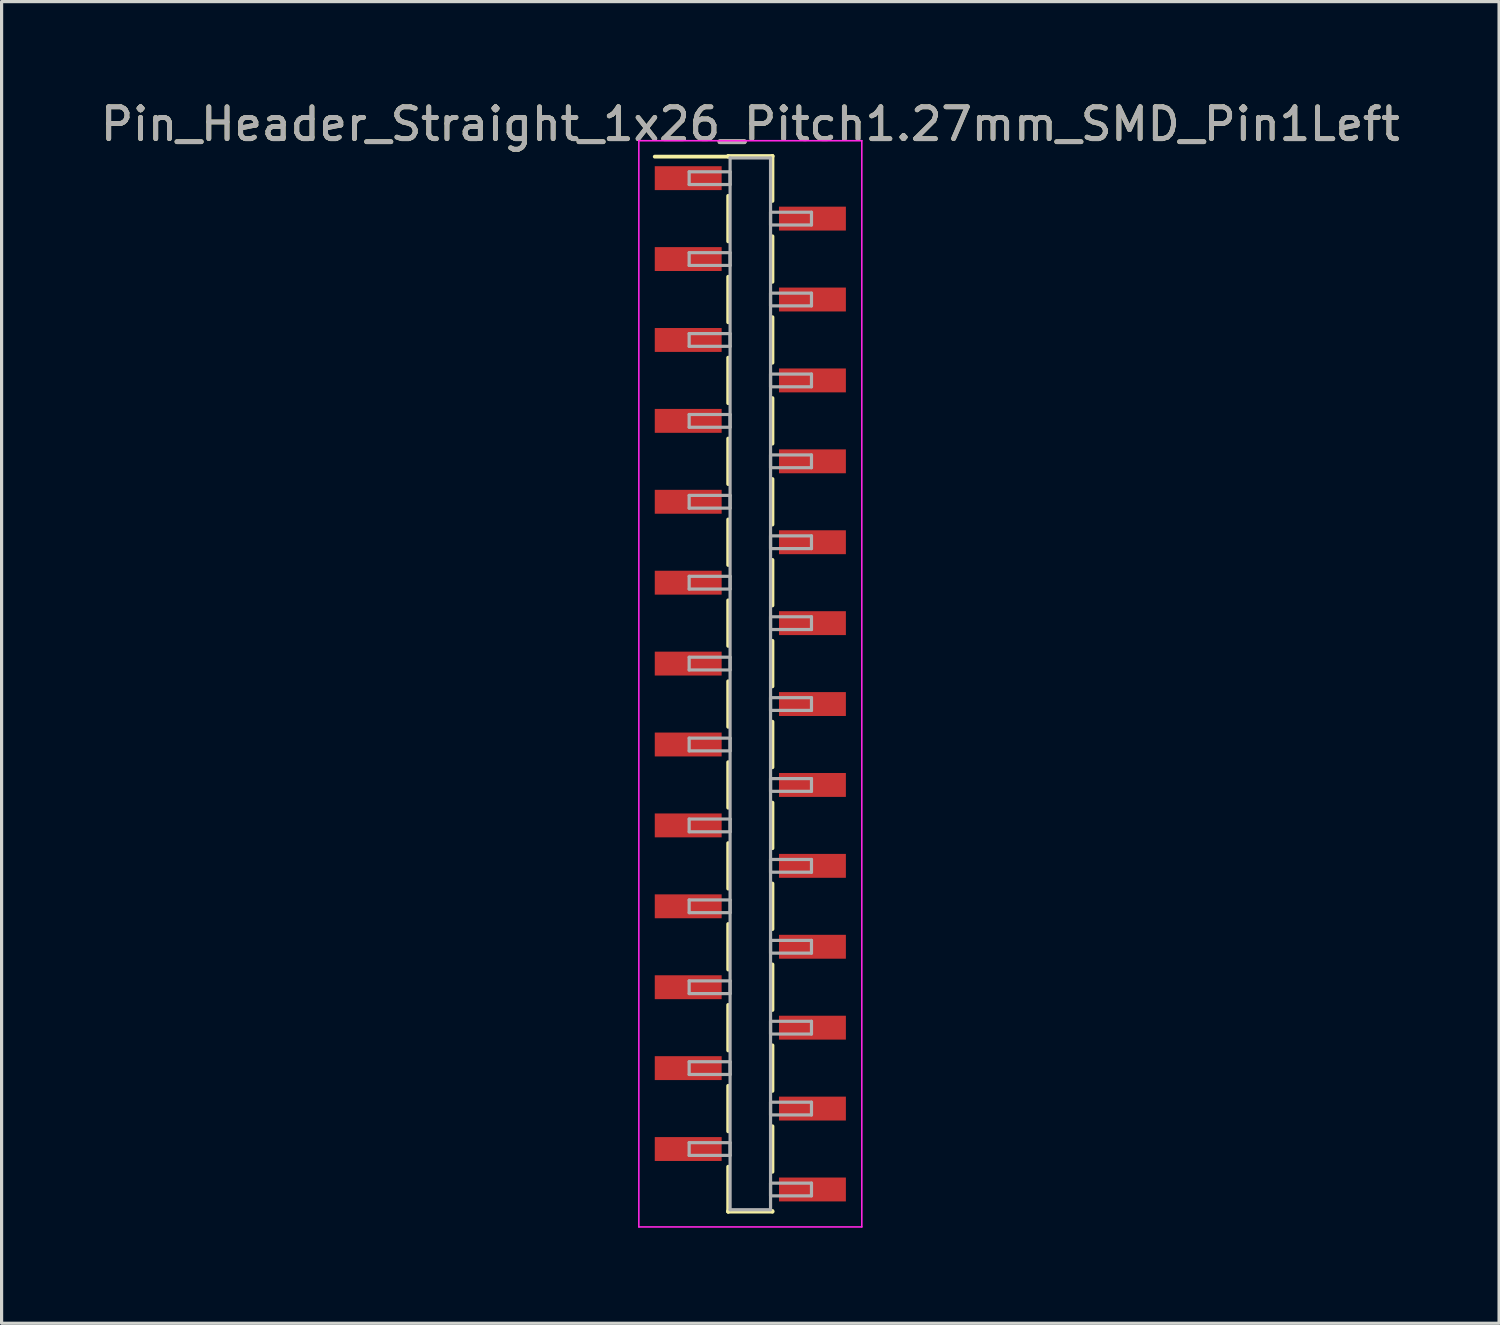
<source format=kicad_pcb>
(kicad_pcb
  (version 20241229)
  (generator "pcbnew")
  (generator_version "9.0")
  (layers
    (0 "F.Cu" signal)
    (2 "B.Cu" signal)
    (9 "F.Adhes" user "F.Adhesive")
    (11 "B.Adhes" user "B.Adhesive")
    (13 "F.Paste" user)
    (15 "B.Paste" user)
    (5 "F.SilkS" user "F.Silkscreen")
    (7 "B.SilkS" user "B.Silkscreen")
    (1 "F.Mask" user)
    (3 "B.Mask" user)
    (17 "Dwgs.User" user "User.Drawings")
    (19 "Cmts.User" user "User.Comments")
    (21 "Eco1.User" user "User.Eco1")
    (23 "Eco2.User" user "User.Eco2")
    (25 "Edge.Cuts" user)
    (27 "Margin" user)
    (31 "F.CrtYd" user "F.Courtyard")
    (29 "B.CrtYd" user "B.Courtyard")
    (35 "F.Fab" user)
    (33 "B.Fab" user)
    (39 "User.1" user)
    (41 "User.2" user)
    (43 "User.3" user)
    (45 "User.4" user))
  (footprint "Pin_Header_Straight_1x26_Pitch1.27mm_SMD_Pin1Left"
    (layer "F.Cu")
    (at 20.506 18.418)
    (property "Reference" "Pin_Header_Straight_1x26_Pitch1.27mm_SMD_Pin1Left" (at 0 -17.57 0) (layer "F.SilkS") (effects (font (size 1 1) (thickness 0.15))))
    (attr smd)
    (fp_line (start -0.695 -16.57) (end 0.695 -16.57) (stroke (width 0.12) (type solid)) (layer "F.SilkS"))
    (fp_line (start -0.695 -16.55) (end -3 -16.55) (stroke (width 0.12) (type solid)) (layer "F.SilkS"))
    (fp_line (start -0.695 -16.55) (end -0.695 -16.57) (stroke (width 0.12) (type solid)) (layer "F.SilkS"))
    (fp_line (start -0.695 -15.32) (end -0.695 -13.89) (stroke (width 0.12) (type solid)) (layer "F.SilkS"))
    (fp_line (start -0.695 -12.78) (end -0.695 -11.35) (stroke (width 0.12) (type solid)) (layer "F.SilkS"))
    (fp_line (start -0.695 -10.24) (end -0.695 -8.81) (stroke (width 0.12) (type solid)) (layer "F.SilkS"))
    (fp_line (start -0.695 -7.7) (end -0.695 -6.27) (stroke (width 0.12) (type solid)) (layer "F.SilkS"))
    (fp_line (start -0.695 -5.16) (end -0.695 -3.73) (stroke (width 0.12) (type solid)) (layer "F.SilkS"))
    (fp_line (start -0.695 -2.62) (end -0.695 -1.19) (stroke (width 0.12) (type solid)) (layer "F.SilkS"))
    (fp_line (start -0.695 -0.08) (end -0.695 1.35) (stroke (width 0.12) (type solid)) (layer "F.SilkS"))
    (fp_line (start -0.695 2.46) (end -0.695 3.89) (stroke (width 0.12) (type solid)) (layer "F.SilkS"))
    (fp_line (start -0.695 5) (end -0.695 6.43) (stroke (width 0.12) (type solid)) (layer "F.SilkS"))
    (fp_line (start -0.695 7.54) (end -0.695 8.97) (stroke (width 0.12) (type solid)) (layer "F.SilkS"))
    (fp_line (start -0.695 10.08) (end -0.695 11.51) (stroke (width 0.12) (type solid)) (layer "F.SilkS"))
    (fp_line (start -0.695 12.62) (end -0.695 14.05) (stroke (width 0.12) (type solid)) (layer "F.SilkS"))
    (fp_line (start -0.695 15.16) (end -0.695 16.57) (stroke (width 0.12) (type solid)) (layer "F.SilkS"))
    (fp_line (start -0.695 16.55) (end -0.695 16.57) (stroke (width 0.12) (type solid)) (layer "F.SilkS"))
    (fp_line (start -0.695 16.57) (end 0.695 16.57) (stroke (width 0.12) (type solid)) (layer "F.SilkS"))
    (fp_line (start 0.695 -16.57) (end 0.695 -16.55) (stroke (width 0.12) (type solid)) (layer "F.SilkS"))
    (fp_line (start 0.695 -16.57) (end 0.695 -15.16) (stroke (width 0.12) (type solid)) (layer "F.SilkS"))
    (fp_line (start 0.695 -14.05) (end 0.695 -12.62) (stroke (width 0.12) (type solid)) (layer "F.SilkS"))
    (fp_line (start 0.695 -11.51) (end 0.695 -10.08) (stroke (width 0.12) (type solid)) (layer "F.SilkS"))
    (fp_line (start 0.695 -8.97) (end 0.695 -7.54) (stroke (width 0.12) (type solid)) (layer "F.SilkS"))
    (fp_line (start 0.695 -6.43) (end 0.695 -5) (stroke (width 0.12) (type solid)) (layer "F.SilkS"))
    (fp_line (start 0.695 -3.89) (end 0.695 -2.46) (stroke (width 0.12) (type solid)) (layer "F.SilkS"))
    (fp_line (start 0.695 -1.35) (end 0.695 0.08) (stroke (width 0.12) (type solid)) (layer "F.SilkS"))
    (fp_line (start 0.695 1.19) (end 0.695 2.62) (stroke (width 0.12) (type solid)) (layer "F.SilkS"))
    (fp_line (start 0.695 3.73) (end 0.695 5.16) (stroke (width 0.12) (type solid)) (layer "F.SilkS"))
    (fp_line (start 0.695 6.27) (end 0.695 7.7) (stroke (width 0.12) (type solid)) (layer "F.SilkS"))
    (fp_line (start 0.695 8.81) (end 0.695 10.24) (stroke (width 0.12) (type solid)) (layer "F.SilkS"))
    (fp_line (start 0.695 11.35) (end 0.695 12.78) (stroke (width 0.12) (type solid)) (layer "F.SilkS"))
    (fp_line (start 0.695 13.89) (end 0.695 15.32) (stroke (width 0.12) (type solid)) (layer "F.SilkS"))
    (fp_line (start 0.695 16.57) (end 0.695 16.55) (stroke (width 0.12) (type solid)) (layer "F.SilkS"))
    (fp_line (start -3.5 -17.05) (end -3.5 17.05) (stroke (width 0.05) (type solid)) (layer "F.CrtYd"))
    (fp_line (start -3.5 17.05) (end 3.5 17.05) (stroke (width 0.05) (type solid)) (layer "F.CrtYd"))
    (fp_line (start 3.5 -17.05) (end -3.5 -17.05) (stroke (width 0.05) (type solid)) (layer "F.CrtYd"))
    (fp_line (start 3.5 17.05) (end 3.5 -17.05) (stroke (width 0.05) (type solid)) (layer "F.CrtYd"))
    (fp_line (start -1.92 -16.075) (end -0.635 -16.075) (stroke (width 0.1) (type solid)) (layer "F.Fab"))
    (fp_line (start -1.92 -15.675) (end -1.92 -16.075) (stroke (width 0.1) (type solid)) (layer "F.Fab"))
    (fp_line (start -1.92 -13.535) (end -0.635 -13.535) (stroke (width 0.1) (type solid)) (layer "F.Fab"))
    (fp_line (start -1.92 -13.135) (end -1.92 -13.535) (stroke (width 0.1) (type solid)) (layer "F.Fab"))
    (fp_line (start -1.92 -10.995) (end -0.635 -10.995) (stroke (width 0.1) (type solid)) (layer "F.Fab"))
    (fp_line (start -1.92 -10.595) (end -1.92 -10.995) (stroke (width 0.1) (type solid)) (layer "F.Fab"))
    (fp_line (start -1.92 -8.455) (end -0.635 -8.455) (stroke (width 0.1) (type solid)) (layer "F.Fab"))
    (fp_line (start -1.92 -8.055) (end -1.92 -8.455) (stroke (width 0.1) (type solid)) (layer "F.Fab"))
    (fp_line (start -1.92 -5.915) (end -0.635 -5.915) (stroke (width 0.1) (type solid)) (layer "F.Fab"))
    (fp_line (start -1.92 -5.515) (end -1.92 -5.915) (stroke (width 0.1) (type solid)) (layer "F.Fab"))
    (fp_line (start -1.92 -3.375) (end -0.635 -3.375) (stroke (width 0.1) (type solid)) (layer "F.Fab"))
    (fp_line (start -1.92 -2.975) (end -1.92 -3.375) (stroke (width 0.1) (type solid)) (layer "F.Fab"))
    (fp_line (start -1.92 -0.835) (end -0.635 -0.835) (stroke (width 0.1) (type solid)) (layer "F.Fab"))
    (fp_line (start -1.92 -0.435) (end -1.92 -0.835) (stroke (width 0.1) (type solid)) (layer "F.Fab"))
    (fp_line (start -1.92 1.705) (end -0.635 1.705) (stroke (width 0.1) (type solid)) (layer "F.Fab"))
    (fp_line (start -1.92 2.105) (end -1.92 1.705) (stroke (width 0.1) (type solid)) (layer "F.Fab"))
    (fp_line (start -1.92 4.245) (end -0.635 4.245) (stroke (width 0.1) (type solid)) (layer "F.Fab"))
    (fp_line (start -1.92 4.645) (end -1.92 4.245) (stroke (width 0.1) (type solid)) (layer "F.Fab"))
    (fp_line (start -1.92 6.785) (end -0.635 6.785) (stroke (width 0.1) (type solid)) (layer "F.Fab"))
    (fp_line (start -1.92 7.185) (end -1.92 6.785) (stroke (width 0.1) (type solid)) (layer "F.Fab"))
    (fp_line (start -1.92 9.325) (end -0.635 9.325) (stroke (width 0.1) (type solid)) (layer "F.Fab"))
    (fp_line (start -1.92 9.725) (end -1.92 9.325) (stroke (width 0.1) (type solid)) (layer "F.Fab"))
    (fp_line (start -1.92 11.865) (end -0.635 11.865) (stroke (width 0.1) (type solid)) (layer "F.Fab"))
    (fp_line (start -1.92 12.265) (end -1.92 11.865) (stroke (width 0.1) (type solid)) (layer "F.Fab"))
    (fp_line (start -1.92 14.405) (end -0.635 14.405) (stroke (width 0.1) (type solid)) (layer "F.Fab"))
    (fp_line (start -1.92 14.805) (end -1.92 14.405) (stroke (width 0.1) (type solid)) (layer "F.Fab"))
    (fp_line (start -0.635 -16.51) (end -0.635 16.51) (stroke (width 0.1) (type solid)) (layer "F.Fab"))
    (fp_line (start -0.635 -16.075) (end -0.635 -15.675) (stroke (width 0.1) (type solid)) (layer "F.Fab"))
    (fp_line (start -0.635 -15.675) (end -1.92 -15.675) (stroke (width 0.1) (type solid)) (layer "F.Fab"))
    (fp_line (start -0.635 -13.535) (end -0.635 -13.135) (stroke (width 0.1) (type solid)) (layer "F.Fab"))
    (fp_line (start -0.635 -13.135) (end -1.92 -13.135) (stroke (width 0.1) (type solid)) (layer "F.Fab"))
    (fp_line (start -0.635 -10.995) (end -0.635 -10.595) (stroke (width 0.1) (type solid)) (layer "F.Fab"))
    (fp_line (start -0.635 -10.595) (end -1.92 -10.595) (stroke (width 0.1) (type solid)) (layer "F.Fab"))
    (fp_line (start -0.635 -8.455) (end -0.635 -8.055) (stroke (width 0.1) (type solid)) (layer "F.Fab"))
    (fp_line (start -0.635 -8.055) (end -1.92 -8.055) (stroke (width 0.1) (type solid)) (layer "F.Fab"))
    (fp_line (start -0.635 -5.915) (end -0.635 -5.515) (stroke (width 0.1) (type solid)) (layer "F.Fab"))
    (fp_line (start -0.635 -5.515) (end -1.92 -5.515) (stroke (width 0.1) (type solid)) (layer "F.Fab"))
    (fp_line (start -0.635 -3.375) (end -0.635 -2.975) (stroke (width 0.1) (type solid)) (layer "F.Fab"))
    (fp_line (start -0.635 -2.975) (end -1.92 -2.975) (stroke (width 0.1) (type solid)) (layer "F.Fab"))
    (fp_line (start -0.635 -0.835) (end -0.635 -0.435) (stroke (width 0.1) (type solid)) (layer "F.Fab"))
    (fp_line (start -0.635 -0.435) (end -1.92 -0.435) (stroke (width 0.1) (type solid)) (layer "F.Fab"))
    (fp_line (start -0.635 1.705) (end -0.635 2.105) (stroke (width 0.1) (type solid)) (layer "F.Fab"))
    (fp_line (start -0.635 2.105) (end -1.92 2.105) (stroke (width 0.1) (type solid)) (layer "F.Fab"))
    (fp_line (start -0.635 4.245) (end -0.635 4.645) (stroke (width 0.1) (type solid)) (layer "F.Fab"))
    (fp_line (start -0.635 4.645) (end -1.92 4.645) (stroke (width 0.1) (type solid)) (layer "F.Fab"))
    (fp_line (start -0.635 6.785) (end -0.635 7.185) (stroke (width 0.1) (type solid)) (layer "F.Fab"))
    (fp_line (start -0.635 7.185) (end -1.92 7.185) (stroke (width 0.1) (type solid)) (layer "F.Fab"))
    (fp_line (start -0.635 9.325) (end -0.635 9.725) (stroke (width 0.1) (type solid)) (layer "F.Fab"))
    (fp_line (start -0.635 9.725) (end -1.92 9.725) (stroke (width 0.1) (type solid)) (layer "F.Fab"))
    (fp_line (start -0.635 11.865) (end -0.635 12.265) (stroke (width 0.1) (type solid)) (layer "F.Fab"))
    (fp_line (start -0.635 12.265) (end -1.92 12.265) (stroke (width 0.1) (type solid)) (layer "F.Fab"))
    (fp_line (start -0.635 14.405) (end -0.635 14.805) (stroke (width 0.1) (type solid)) (layer "F.Fab"))
    (fp_line (start -0.635 14.805) (end -1.92 14.805) (stroke (width 0.1) (type solid)) (layer "F.Fab"))
    (fp_line (start -0.635 16.51) (end 0.635 16.51) (stroke (width 0.1) (type solid)) (layer "F.Fab"))
    (fp_line (start 0.635 -16.51) (end -0.635 -16.51) (stroke (width 0.1) (type solid)) (layer "F.Fab"))
    (fp_line (start 0.635 -14.805) (end 0.635 -14.405) (stroke (width 0.1) (type solid)) (layer "F.Fab"))
    (fp_line (start 0.635 -14.405) (end 1.92 -14.405) (stroke (width 0.1) (type solid)) (layer "F.Fab"))
    (fp_line (start 0.635 -12.265) (end 0.635 -11.865) (stroke (width 0.1) (type solid)) (layer "F.Fab"))
    (fp_line (start 0.635 -11.865) (end 1.92 -11.865) (stroke (width 0.1) (type solid)) (layer "F.Fab"))
    (fp_line (start 0.635 -9.725) (end 0.635 -9.325) (stroke (width 0.1) (type solid)) (layer "F.Fab"))
    (fp_line (start 0.635 -9.325) (end 1.92 -9.325) (stroke (width 0.1) (type solid)) (layer "F.Fab"))
    (fp_line (start 0.635 -7.185) (end 0.635 -6.785) (stroke (width 0.1) (type solid)) (layer "F.Fab"))
    (fp_line (start 0.635 -6.785) (end 1.92 -6.785) (stroke (width 0.1) (type solid)) (layer "F.Fab"))
    (fp_line (start 0.635 -4.645) (end 0.635 -4.245) (stroke (width 0.1) (type solid)) (layer "F.Fab"))
    (fp_line (start 0.635 -4.245) (end 1.92 -4.245) (stroke (width 0.1) (type solid)) (layer "F.Fab"))
    (fp_line (start 0.635 -2.105) (end 0.635 -1.705) (stroke (width 0.1) (type solid)) (layer "F.Fab"))
    (fp_line (start 0.635 -1.705) (end 1.92 -1.705) (stroke (width 0.1) (type solid)) (layer "F.Fab"))
    (fp_line (start 0.635 0.435) (end 0.635 0.835) (stroke (width 0.1) (type solid)) (layer "F.Fab"))
    (fp_line (start 0.635 0.835) (end 1.92 0.835) (stroke (width 0.1) (type solid)) (layer "F.Fab"))
    (fp_line (start 0.635 2.975) (end 0.635 3.375) (stroke (width 0.1) (type solid)) (layer "F.Fab"))
    (fp_line (start 0.635 3.375) (end 1.92 3.375) (stroke (width 0.1) (type solid)) (layer "F.Fab"))
    (fp_line (start 0.635 5.515) (end 0.635 5.915) (stroke (width 0.1) (type solid)) (layer "F.Fab"))
    (fp_line (start 0.635 5.915) (end 1.92 5.915) (stroke (width 0.1) (type solid)) (layer "F.Fab"))
    (fp_line (start 0.635 8.055) (end 0.635 8.455) (stroke (width 0.1) (type solid)) (layer "F.Fab"))
    (fp_line (start 0.635 8.455) (end 1.92 8.455) (stroke (width 0.1) (type solid)) (layer "F.Fab"))
    (fp_line (start 0.635 10.595) (end 0.635 10.995) (stroke (width 0.1) (type solid)) (layer "F.Fab"))
    (fp_line (start 0.635 10.995) (end 1.92 10.995) (stroke (width 0.1) (type solid)) (layer "F.Fab"))
    (fp_line (start 0.635 13.135) (end 0.635 13.535) (stroke (width 0.1) (type solid)) (layer "F.Fab"))
    (fp_line (start 0.635 13.535) (end 1.92 13.535) (stroke (width 0.1) (type solid)) (layer "F.Fab"))
    (fp_line (start 0.635 15.675) (end 0.635 16.075) (stroke (width 0.1) (type solid)) (layer "F.Fab"))
    (fp_line (start 0.635 16.075) (end 1.92 16.075) (stroke (width 0.1) (type solid)) (layer "F.Fab"))
    (fp_line (start 0.635 16.51) (end 0.635 -16.51) (stroke (width 0.1) (type solid)) (layer "F.Fab"))
    (fp_line (start 1.92 -14.805) (end 0.635 -14.805) (stroke (width 0.1) (type solid)) (layer "F.Fab"))
    (fp_line (start 1.92 -14.405) (end 1.92 -14.805) (stroke (width 0.1) (type solid)) (layer "F.Fab"))
    (fp_line (start 1.92 -12.265) (end 0.635 -12.265) (stroke (width 0.1) (type solid)) (layer "F.Fab"))
    (fp_line (start 1.92 -11.865) (end 1.92 -12.265) (stroke (width 0.1) (type solid)) (layer "F.Fab"))
    (fp_line (start 1.92 -9.725) (end 0.635 -9.725) (stroke (width 0.1) (type solid)) (layer "F.Fab"))
    (fp_line (start 1.92 -9.325) (end 1.92 -9.725) (stroke (width 0.1) (type solid)) (layer "F.Fab"))
    (fp_line (start 1.92 -7.185) (end 0.635 -7.185) (stroke (width 0.1) (type solid)) (layer "F.Fab"))
    (fp_line (start 1.92 -6.785) (end 1.92 -7.185) (stroke (width 0.1) (type solid)) (layer "F.Fab"))
    (fp_line (start 1.92 -4.645) (end 0.635 -4.645) (stroke (width 0.1) (type solid)) (layer "F.Fab"))
    (fp_line (start 1.92 -4.245) (end 1.92 -4.645) (stroke (width 0.1) (type solid)) (layer "F.Fab"))
    (fp_line (start 1.92 -2.105) (end 0.635 -2.105) (stroke (width 0.1) (type solid)) (layer "F.Fab"))
    (fp_line (start 1.92 -1.705) (end 1.92 -2.105) (stroke (width 0.1) (type solid)) (layer "F.Fab"))
    (fp_line (start 1.92 0.435) (end 0.635 0.435) (stroke (width 0.1) (type solid)) (layer "F.Fab"))
    (fp_line (start 1.92 0.835) (end 1.92 0.435) (stroke (width 0.1) (type solid)) (layer "F.Fab"))
    (fp_line (start 1.92 2.975) (end 0.635 2.975) (stroke (width 0.1) (type solid)) (layer "F.Fab"))
    (fp_line (start 1.92 3.375) (end 1.92 2.975) (stroke (width 0.1) (type solid)) (layer "F.Fab"))
    (fp_line (start 1.92 5.515) (end 0.635 5.515) (stroke (width 0.1) (type solid)) (layer "F.Fab"))
    (fp_line (start 1.92 5.915) (end 1.92 5.515) (stroke (width 0.1) (type solid)) (layer "F.Fab"))
    (fp_line (start 1.92 8.055) (end 0.635 8.055) (stroke (width 0.1) (type solid)) (layer "F.Fab"))
    (fp_line (start 1.92 8.455) (end 1.92 8.055) (stroke (width 0.1) (type solid)) (layer "F.Fab"))
    (fp_line (start 1.92 10.595) (end 0.635 10.595) (stroke (width 0.1) (type solid)) (layer "F.Fab"))
    (fp_line (start 1.92 10.995) (end 1.92 10.595) (stroke (width 0.1) (type solid)) (layer "F.Fab"))
    (fp_line (start 1.92 13.135) (end 0.635 13.135) (stroke (width 0.1) (type solid)) (layer "F.Fab"))
    (fp_line (start 1.92 13.535) (end 1.92 13.135) (stroke (width 0.1) (type solid)) (layer "F.Fab"))
    (fp_line (start 1.92 15.675) (end 0.635 15.675) (stroke (width 0.1) (type solid)) (layer "F.Fab"))
    (fp_line (start 1.92 16.075) (end 1.92 15.675) (stroke (width 0.1) (type solid)) (layer "F.Fab"))
    (fp_text user "${REFERENCE}" (at 0 -17.57 0) (layer "F.Fab") (effects (font (size 1 1) (thickness 0.15))))
    (pad "1" smd rect (at -1.95 -15.875) (size 2.1 0.75) (layers "F.Cu" "F.Mask" "F.Paste"))
    (pad "2" smd rect (at 1.95 -14.605) (size 2.1 0.75) (layers "F.Cu" "F.Mask" "F.Paste"))
    (pad "3" smd rect (at -1.95 -13.335) (size 2.1 0.75) (layers "F.Cu" "F.Mask" "F.Paste"))
    (pad "4" smd rect (at 1.95 -12.065) (size 2.1 0.75) (layers "F.Cu" "F.Mask" "F.Paste"))
    (pad "5" smd rect (at -1.95 -10.795) (size 2.1 0.75) (layers "F.Cu" "F.Mask" "F.Paste"))
    (pad "6" smd rect (at 1.95 -9.525) (size 2.1 0.75) (layers "F.Cu" "F.Mask" "F.Paste"))
    (pad "7" smd rect (at -1.95 -8.255) (size 2.1 0.75) (layers "F.Cu" "F.Mask" "F.Paste"))
    (pad "8" smd rect (at 1.95 -6.985) (size 2.1 0.75) (layers "F.Cu" "F.Mask" "F.Paste"))
    (pad "9" smd rect (at -1.95 -5.715) (size 2.1 0.75) (layers "F.Cu" "F.Mask" "F.Paste"))
    (pad "10" smd rect (at 1.95 -4.445) (size 2.1 0.75) (layers "F.Cu" "F.Mask" "F.Paste"))
    (pad "11" smd rect (at -1.95 -3.175) (size 2.1 0.75) (layers "F.Cu" "F.Mask" "F.Paste"))
    (pad "12" smd rect (at 1.95 -1.905) (size 2.1 0.75) (layers "F.Cu" "F.Mask" "F.Paste"))
    (pad "13" smd rect (at -1.95 -0.635) (size 2.1 0.75) (layers "F.Cu" "F.Mask" "F.Paste"))
    (pad "14" smd rect (at 1.95 0.635) (size 2.1 0.75) (layers "F.Cu" "F.Mask" "F.Paste"))
    (pad "15" smd rect (at -1.95 1.905) (size 2.1 0.75) (layers "F.Cu" "F.Mask" "F.Paste"))
    (pad "16" smd rect (at 1.95 3.175) (size 2.1 0.75) (layers "F.Cu" "F.Mask" "F.Paste"))
    (pad "17" smd rect (at -1.95 4.445) (size 2.1 0.75) (layers "F.Cu" "F.Mask" "F.Paste"))
    (pad "18" smd rect (at 1.95 5.715) (size 2.1 0.75) (layers "F.Cu" "F.Mask" "F.Paste"))
    (pad "19" smd rect (at -1.95 6.985) (size 2.1 0.75) (layers "F.Cu" "F.Mask" "F.Paste"))
    (pad "20" smd rect (at 1.95 8.255) (size 2.1 0.75) (layers "F.Cu" "F.Mask" "F.Paste"))
    (pad "21" smd rect (at -1.95 9.525) (size 2.1 0.75) (layers "F.Cu" "F.Mask" "F.Paste"))
    (pad "22" smd rect (at 1.95 10.795) (size 2.1 0.75) (layers "F.Cu" "F.Mask" "F.Paste"))
    (pad "23" smd rect (at -1.95 12.065) (size 2.1 0.75) (layers "F.Cu" "F.Mask" "F.Paste"))
    (pad "24" smd rect (at 1.95 13.335) (size 2.1 0.75) (layers "F.Cu" "F.Mask" "F.Paste"))
    (pad "25" smd rect (at -1.95 14.605) (size 2.1 0.75) (layers "F.Cu" "F.Mask" "F.Paste"))
    (pad "26" smd rect (at 1.95 15.875) (size 2.1 0.75) (layers "F.Cu" "F.Mask" "F.Paste")))
  (gr_rect
    (start -3 -3)
    (end 44.012 38.493)
    (stroke (width 0.1) (type default))
    (fill no)
    (layer "Edge.Cuts")))
</source>
